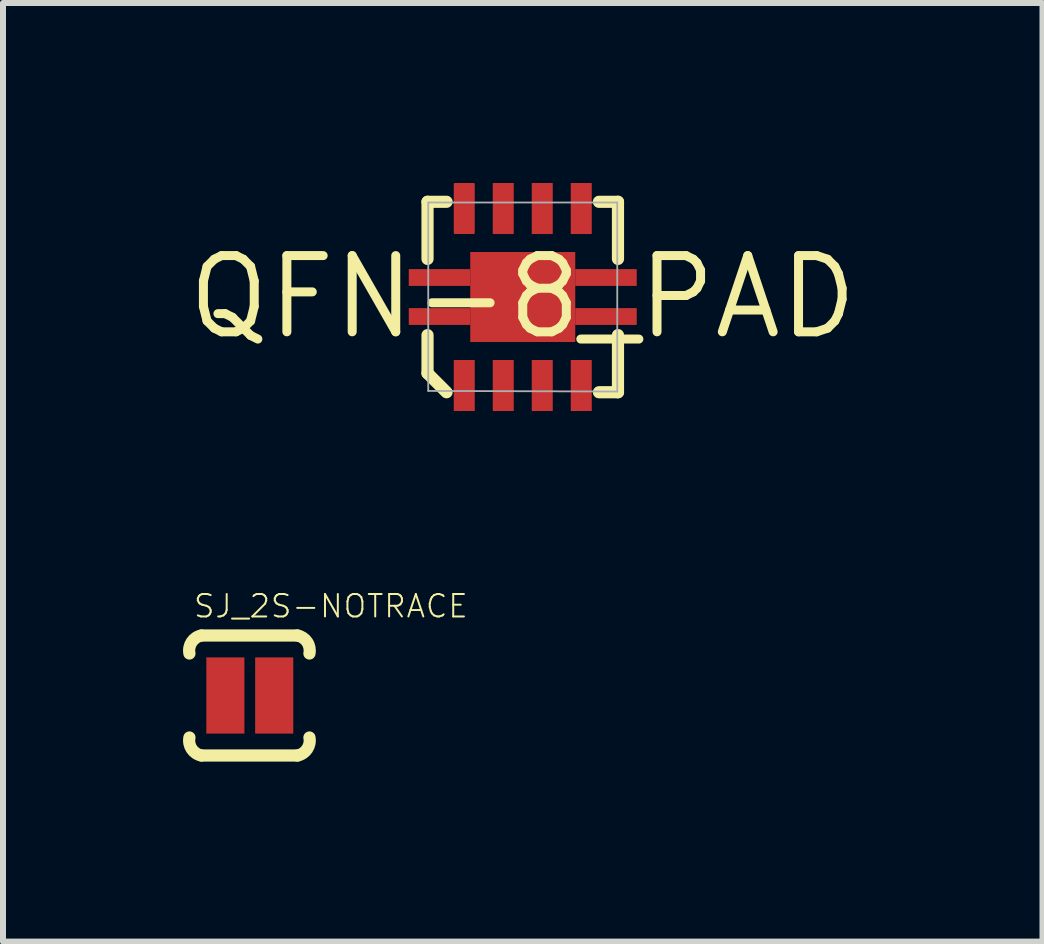
<source format=kicad_pcb>
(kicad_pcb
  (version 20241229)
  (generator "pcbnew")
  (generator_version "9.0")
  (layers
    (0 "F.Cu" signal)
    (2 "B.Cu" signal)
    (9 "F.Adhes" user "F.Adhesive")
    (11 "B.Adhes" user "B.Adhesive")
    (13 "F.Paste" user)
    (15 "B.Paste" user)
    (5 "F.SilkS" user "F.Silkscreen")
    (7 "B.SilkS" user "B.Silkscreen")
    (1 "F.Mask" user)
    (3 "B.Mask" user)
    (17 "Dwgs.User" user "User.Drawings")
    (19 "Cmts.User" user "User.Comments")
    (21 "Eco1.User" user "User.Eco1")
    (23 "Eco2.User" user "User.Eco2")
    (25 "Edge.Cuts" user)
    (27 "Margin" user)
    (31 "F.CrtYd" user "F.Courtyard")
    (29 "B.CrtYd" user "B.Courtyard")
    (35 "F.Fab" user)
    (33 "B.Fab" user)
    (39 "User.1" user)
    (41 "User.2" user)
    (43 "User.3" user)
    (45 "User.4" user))
  (footprint "SJ_2S-NOTRACE"
    (layer "F.Cu")
    (at 1.107 8.541)
    (property "Reference" "SJ_2S-NOTRACE" (at -0.953 -1.27 0) (unlocked yes) (layer "F.SilkS") (effects (font (size 0.374 0.374) (thickness 0.033)) (justify left bottom)))
    (fp_line (start -0.8 -1) (end 0.8 -1) (stroke (width 0.203) (type solid)) (layer "F.SilkS"))
    (fp_line (start 0.8 1) (end -0.8 1) (stroke (width 0.203) (type solid)) (layer "F.SilkS"))
    (fp_arc (start -1 -0.7) (mid -0.962161 -0.891441) (end -0.799999 -0.999999) (stroke (width 0.2032) (type solid)) (layer "F.SilkS"))
    (fp_arc (start -0.799999 0.999999) (mid -0.96216 0.891441) (end -1 0.7) (stroke (width 0.2032) (type solid)) (layer "F.SilkS"))
    (fp_arc (start 0.8 -1) (mid 0.962191 -0.89146) (end 0.999999 -0.699999) (stroke (width 0.2032) (type solid)) (layer "F.SilkS"))
    (fp_arc (start 1.000001 0.699999) (mid 0.962162 0.891441) (end 0.8 1) (stroke (width 0.2032) (type solid)) (layer "F.SilkS"))
    (fp_poly (pts (xy -1.016 1.016) (xy 1.016 1.016) (xy 1.016 -1.016) (xy -1.016 -1.016)) (stroke (width 0) (type default)) (fill yes) (layer "F.Paste"))
    (pad "1" smd rect (at -0.401 0 180) (size 0.635 1.27) (layers "F.Cu" "F.Mask"))
    (pad "2" smd rect (at 0.413 0) (size 0.635 1.27) (layers "F.Cu" "F.Mask")))
  (footprint "QFN-8_PAD"
    (layer "F.Cu")
    (at 5.662 1.9)
    (property "Reference" "QFN-8_PAD" (at 0 0 0) (layer "F.SilkS") (effects (font (size 1.27 1.27) (thickness 0.15))))
    (fp_line (start -1.587 -1.587) (end -1.587 -0.635) (stroke (width 0.203) (type solid)) (layer "F.SilkS"))
    (fp_line (start -1.587 1.27) (end -1.587 0.635) (stroke (width 0.203) (type solid)) (layer "F.SilkS"))
    (fp_line (start -1.27 -1.587) (end -1.587 -1.587) (stroke (width 0.203) (type solid)) (layer "F.SilkS"))
    (fp_line (start -1.27 1.587) (end -1.587 1.27) (stroke (width 0.203) (type solid)) (layer "F.SilkS"))
    (fp_line (start 1.27 -1.587) (end 1.587 -1.587) (stroke (width 0.203) (type solid)) (layer "F.SilkS"))
    (fp_line (start 1.587 -1.587) (end 1.587 -0.635) (stroke (width 0.203) (type solid)) (layer "F.SilkS"))
    (fp_line (start 1.587 0.635) (end 1.587 1.587) (stroke (width 0.203) (type solid)) (layer "F.SilkS"))
    (fp_line (start 1.587 1.587) (end 1.27 1.587) (stroke (width 0.203) (type solid)) (layer "F.SilkS"))
    (fp_poly (pts (xy 0.875 -0.75) (xy -0.875 -0.75) (xy -0.875 0.75) (xy 0.875 0.75)) (stroke (width 0) (type default)) (fill yes) (layer "F.Paste"))
    (fp_line (start -1.575 -1.575) (end 1.575 -1.575) (stroke (width 0.03) (type solid)) (layer "F.Fab"))
    (fp_line (start -1.575 1.565) (end -1.575 -1.575) (stroke (width 0.03) (type solid)) (layer "F.Fab"))
    (fp_line (start 1.575 -1.575) (end 1.575 1.575) (stroke (width 0.03) (type solid)) (layer "F.Fab"))
    (fp_line (start 1.575 1.575) (end -1.575 1.565) (stroke (width 0.03) (type solid)) (layer "F.Fab"))
    (pad "1" smd rect (at -0.975 1.475 90) (size 0.85 0.35) (layers "F.Cu" "F.Mask" "F.Paste"))
    (pad "2" smd rect (at -0.325 1.475 90) (size 0.85 0.35) (layers "F.Cu" "F.Mask" "F.Paste"))
    (pad "3" smd rect (at 0.325 1.475 90) (size 0.85 0.35) (layers "F.Cu" "F.Mask" "F.Paste"))
    (pad "4" smd rect (at 0.975 1.475 90) (size 0.85 0.35) (layers "F.Cu" "F.Mask" "F.Paste"))
    (pad "5" smd rect (at 0.975 -1.475 90) (size 0.85 0.35) (layers "F.Cu" "F.Mask" "F.Paste"))
    (pad "6" smd rect (at 0.325 -1.475 90) (size 0.85 0.35) (layers "F.Cu" "F.Mask" "F.Paste"))
    (pad "7" smd rect (at -0.325 -1.475 90) (size 0.85 0.35) (layers "F.Cu" "F.Mask" "F.Paste"))
    (pad "8" smd roundrect (at -0.975 -1.475 270) (size 0.85 0.35) (layers "F.Cu" "F.Mask" "F.Paste") (roundrect_rratio 0.05))
    (pad "9" smd rect (at 0 0 90) (size 1.5 1.75) (layers "F.Cu" "F.Mask"))
    (pad "10" smd rect (at -1.387 0.325 180) (size 1.025 0.28) (layers "F.Cu"))
    (pad "11" smd rect (at 1.387 0.325 180) (size 1.025 0.28) (layers "F.Cu"))
    (pad "12" smd rect (at 1.387 -0.325 180) (size 1.025 0.28) (layers "F.Cu"))
    (pad "13" smd rect (at -1.387 -0.325 180) (size 1.025 0.28) (layers "F.Cu")))
  (gr_rect
    (start -3 -3)
    (end 14.324 12.643)
    (stroke (width 0.1) (type default))
    (fill no)
    (layer "Edge.Cuts")))
</source>
